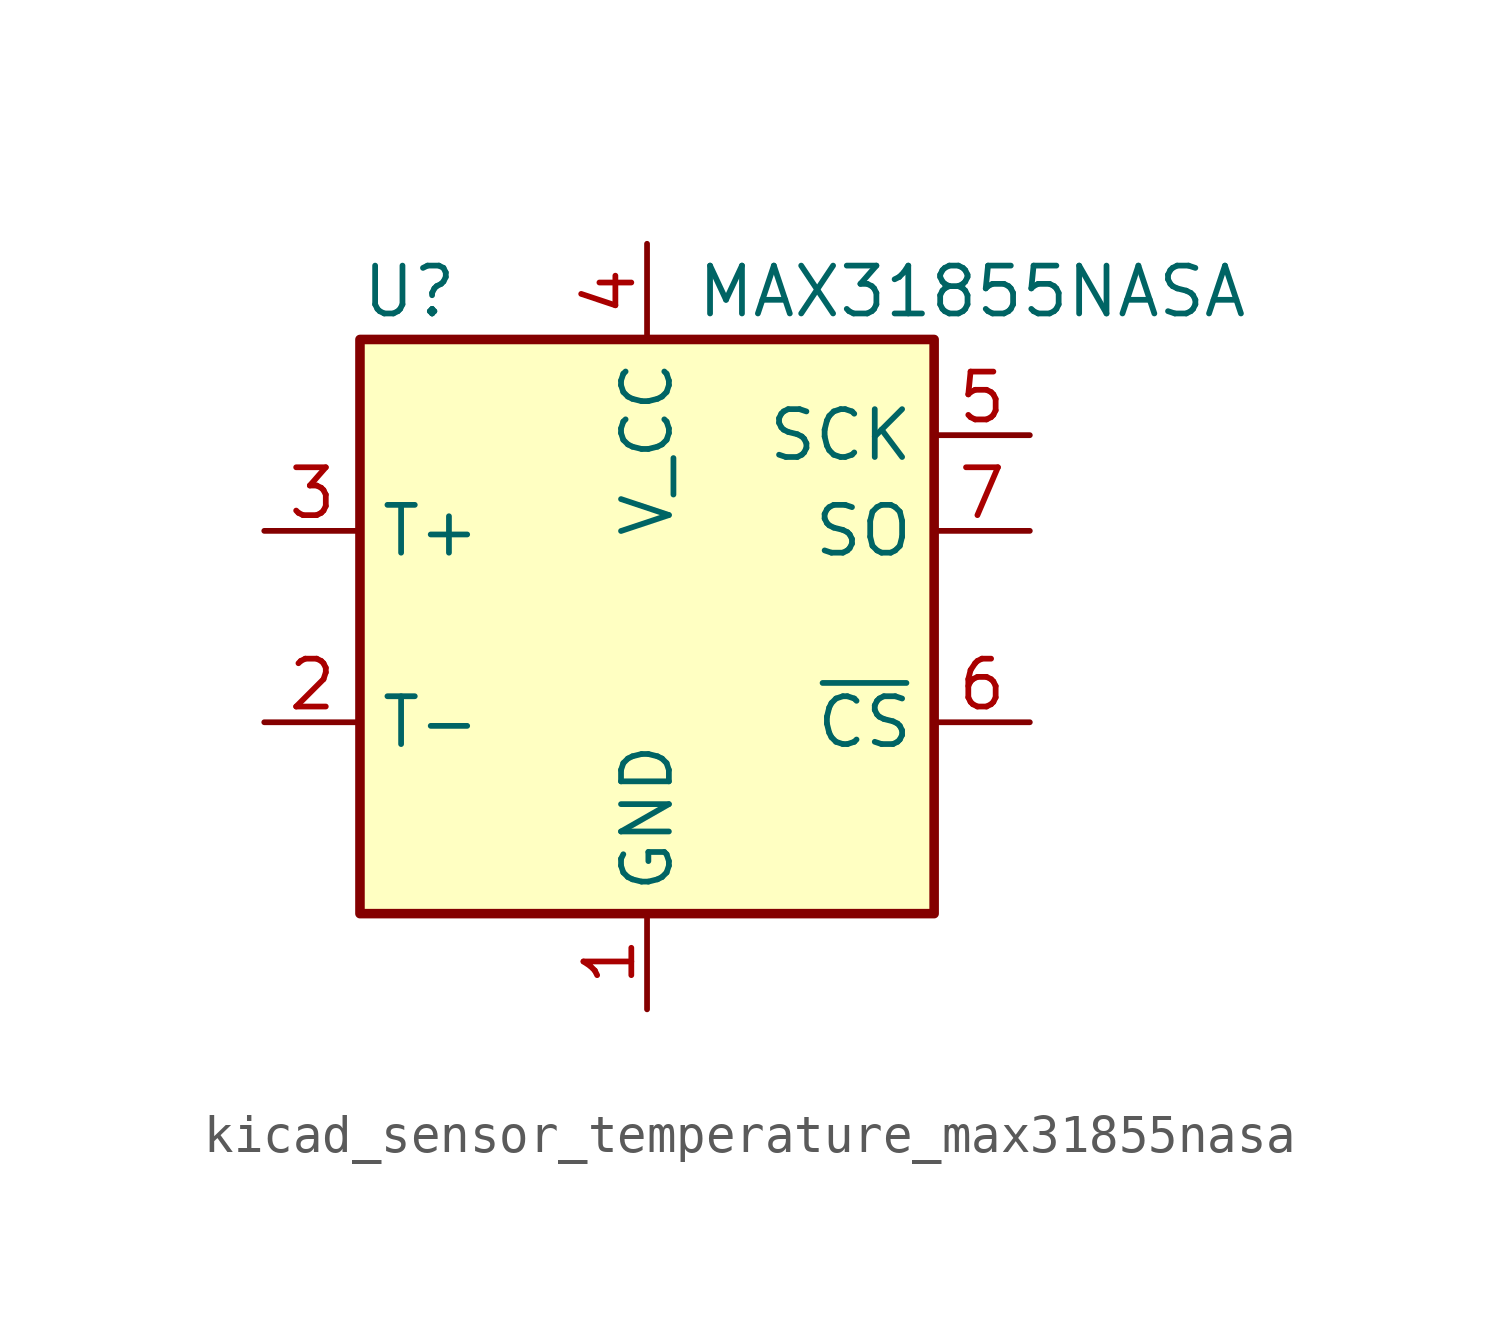
<source format=kicad_sym>
(kicad_symbol_lib
  (version 20220914)
  (generator kicad_symbol_editor)
  (symbol "kicad_sensor_temperature_max31855nasa"
    (property "Reference" "U"
      (at -7.62 8.89 0)
      (effects (font (size 1.27 1.27)) (justify left)))
    (property "Value" "MAX31855NASA"
      (at 1.27 8.89 0)
      (effects (font (size 1.27 1.27)) (justify left)))
    (symbol "kicad_sensor_temperature_max31855nasa_0_1"
      (rectangle (start -7.62 7.62) (end 7.62 -7.62) (stroke (width 0.254) (type default)) (fill (type background))))
    (symbol "kicad_sensor_temperature_max31855nasa_1_1"
      (pin power_in line (at 0 -10.16 90) (length 2.54) (name "GND" (effects (font (size 1.27 1.27)))) (number "1" (effects (font (size 1.27 1.27)))))
      (pin passive line (at -10.16 -2.54 0) (length 2.54) (name "T-" (effects (font (size 1.27 1.27)))) (number "2" (effects (font (size 1.27 1.27)))))
      (pin passive line (at -10.16 2.54 0) (length 2.54) (name "T+" (effects (font (size 1.27 1.27)))) (number "3" (effects (font (size 1.27 1.27)))))
      (pin power_in line (at 0 10.16 270) (length 2.54) (name "V_CC" (effects (font (size 1.27 1.27)))) (number "4" (effects (font (size 1.27 1.27)))))
      (pin input line (at 10.16 5.08 180) (length 2.54) (name "SCK" (effects (font (size 1.27 1.27)))) (number "5" (effects (font (size 1.27 1.27)))))
      (pin input line (at 10.16 -2.54 180) (length 2.54) (name "~{CS}" (effects (font (size 1.27 1.27)))) (number "6" (effects (font (size 1.27 1.27)))))
      (pin tri_state line (at 10.16 2.54 180) (length 2.54) (name "SO" (effects (font (size 1.27 1.27)))) (number "7" (effects (font (size 1.27 1.27))))))))
</source>
